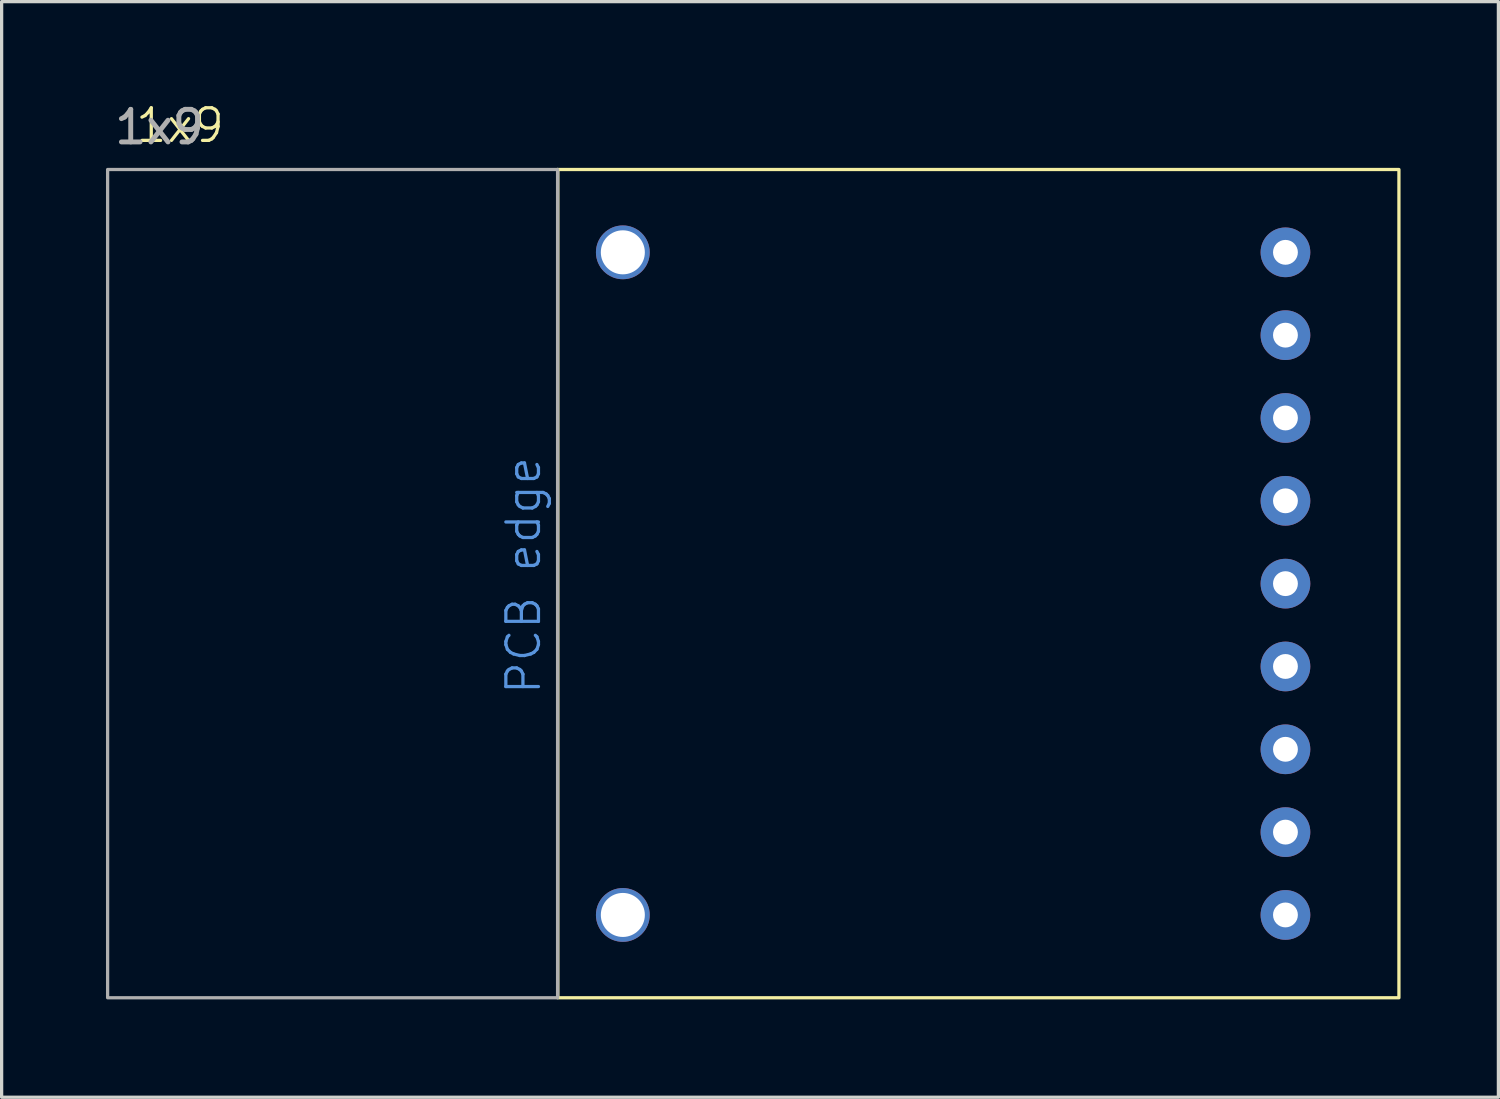
<source format=kicad_pcb>
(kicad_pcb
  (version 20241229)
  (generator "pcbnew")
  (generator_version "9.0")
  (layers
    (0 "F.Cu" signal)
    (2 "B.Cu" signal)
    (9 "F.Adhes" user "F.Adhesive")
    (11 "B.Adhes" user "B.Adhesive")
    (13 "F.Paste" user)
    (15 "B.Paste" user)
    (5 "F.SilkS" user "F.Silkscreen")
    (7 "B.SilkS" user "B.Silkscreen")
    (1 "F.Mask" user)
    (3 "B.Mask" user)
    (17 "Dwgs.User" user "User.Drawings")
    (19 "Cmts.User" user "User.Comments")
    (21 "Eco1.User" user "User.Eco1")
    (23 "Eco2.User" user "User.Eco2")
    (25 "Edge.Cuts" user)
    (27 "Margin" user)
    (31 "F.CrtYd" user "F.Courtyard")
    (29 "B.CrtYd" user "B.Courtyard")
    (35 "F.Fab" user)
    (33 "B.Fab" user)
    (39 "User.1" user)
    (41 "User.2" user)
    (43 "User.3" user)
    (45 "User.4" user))
  (footprint "1x9"
    (layer "F.Cu")
    (at 0.25 2.148)
    (property "Reference" "1x9" (at 2.22 -1.35 0) (unlocked yes) (layer "F.SilkS") (effects (font (size 1 1) (thickness 0.1))))
    (attr through_hole)
    (fp_line (start 13.8 0) (end 13.8 25.38) (stroke (width 0.1) (type default)) (layer "F.SilkS"))
    (fp_rect (start 13.8 0) (end 39.6 25.4) (stroke (width 0.1) (type default)) (fill no) (layer "F.SilkS"))
    (fp_rect (start 0 0) (end 13.8 25.4) (stroke (width 0.1) (type default)) (fill no) (layer "F.Fab"))
    (fp_text user "PCB edge" (at 13.34 16.16 90) (unlocked yes) (layer "Cmts.User") (effects (font (size 1 1) (thickness 0.1)) (justify left bottom)))
    (fp_text user "${REFERENCE}" (at 1.59 -1.3 0) (unlocked yes) (layer "F.Fab") (effects (font (size 1 1) (thickness 0.15))))
    (pad "1" thru_hole circle (at 36.12 2.54) (size 1.524 1.524) (drill 0.762) (layers "*.Cu" "*.Mask"))
    (pad "2" thru_hole circle (at 36.12 5.08) (size 1.524 1.524) (drill 0.762) (layers "*.Cu" "*.Mask"))
    (pad "3" thru_hole circle (at 36.12 7.62) (size 1.524 1.524) (drill 0.762) (layers "*.Cu" "*.Mask"))
    (pad "4" thru_hole circle (at 36.12 10.16) (size 1.524 1.524) (drill 0.762) (layers "*.Cu" "*.Mask"))
    (pad "5" thru_hole circle (at 36.12 12.7) (size 1.524 1.524) (drill 0.762) (layers "*.Cu" "*.Mask"))
    (pad "6" thru_hole circle (at 36.12 15.24) (size 1.524 1.524) (drill 0.762) (layers "*.Cu" "*.Mask"))
    (pad "7" thru_hole circle (at 36.12 17.78) (size 1.524 1.524) (drill 0.762) (layers "*.Cu" "*.Mask"))
    (pad "8" thru_hole circle (at 36.12 20.32) (size 1.524 1.524) (drill 0.762) (layers "*.Cu" "*.Mask"))
    (pad "9" thru_hole circle (at 36.12 22.86) (size 1.524 1.524) (drill 0.762) (layers "*.Cu" "*.Mask"))
    (pad "10" thru_hole circle (at 15.8 2.54) (size 1.65 1.65) (drill 1.35) (layers "*.Cu" "*.Mask"))
    (pad "11" thru_hole circle (at 15.8 22.86) (size 1.65 1.65) (drill 1.35) (layers "*.Cu" "*.Mask")))
  (gr_rect
    (start -3 -3)
    (end 42.9 30.598)
    (stroke (width 0.1) (type default))
    (fill no)
    (layer "Edge.Cuts")))
</source>
